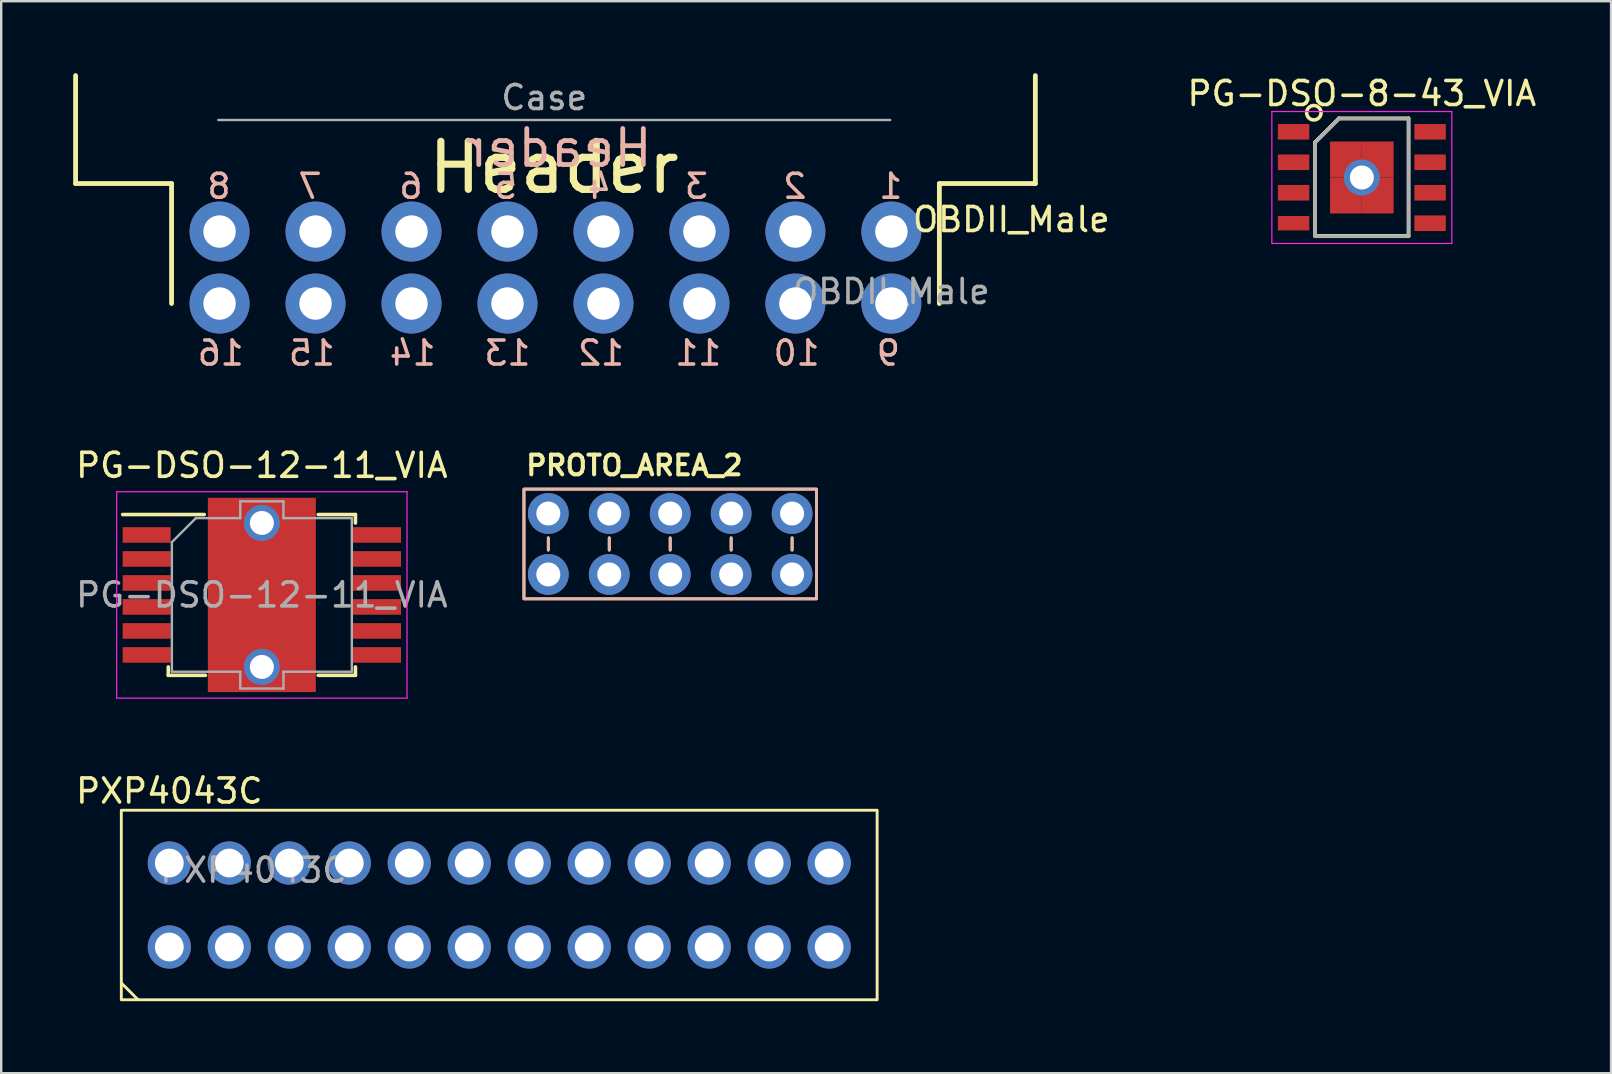
<source format=kicad_pcb>
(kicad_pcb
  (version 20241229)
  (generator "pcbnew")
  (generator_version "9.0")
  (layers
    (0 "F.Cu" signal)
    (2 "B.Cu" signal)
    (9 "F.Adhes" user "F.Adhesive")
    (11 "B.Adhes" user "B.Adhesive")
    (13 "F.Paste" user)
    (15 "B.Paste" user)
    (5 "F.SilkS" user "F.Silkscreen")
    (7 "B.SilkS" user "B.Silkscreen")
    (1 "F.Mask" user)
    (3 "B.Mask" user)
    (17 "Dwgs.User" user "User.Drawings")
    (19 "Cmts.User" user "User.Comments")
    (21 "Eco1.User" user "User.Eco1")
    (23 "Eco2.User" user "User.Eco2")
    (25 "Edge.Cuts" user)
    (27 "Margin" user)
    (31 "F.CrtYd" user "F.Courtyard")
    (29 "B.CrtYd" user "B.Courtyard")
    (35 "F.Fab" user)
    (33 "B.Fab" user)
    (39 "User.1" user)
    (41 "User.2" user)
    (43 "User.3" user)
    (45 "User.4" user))
  (footprint "PG-DSO-8-43_VIA"
    (layer "F.Cu")
    (at 53.707 4.348)
    (property "Reference" "PG-DSO-8-43_VIA" (at 0 -3.5 0) (layer "F.SilkS") (effects (font (size 1 1) (thickness 0.15))))
    (attr smd)
    (fp_line (start -1.954 -1.469) (end -0.954 -2.469) (stroke (width 0.15) (type solid)) (layer "F.SilkS"))
    (fp_line (start -1.954 2.431) (end -1.954 -1.469) (stroke (width 0.15) (type solid)) (layer "F.SilkS"))
    (fp_line (start -0.954 -2.469) (end 1.946 -2.469) (stroke (width 0.15) (type solid)) (layer "F.SilkS"))
    (fp_line (start 1.946 -2.469) (end 1.946 2.431) (stroke (width 0.15) (type solid)) (layer "F.SilkS"))
    (fp_line (start 1.946 2.431) (end -1.954 2.431) (stroke (width 0.15) (type solid)) (layer "F.SilkS"))
    (fp_circle (center -2 -2.7) (end -2 -2.4) (stroke (width 0.15) (type solid)) (fill no) (layer "F.SilkS"))
    (fp_line (start -3.75 -2.75) (end -3.75 2.75) (stroke (width 0.05) (type solid)) (layer "F.CrtYd"))
    (fp_line (start -3.75 -2.75) (end 3.75 -2.75) (stroke (width 0.05) (type solid)) (layer "F.CrtYd"))
    (fp_line (start -3.75 2.75) (end 3.75 2.75) (stroke (width 0.05) (type solid)) (layer "F.CrtYd"))
    (fp_line (start 3.75 -2.75) (end 3.75 2.75) (stroke (width 0.05) (type solid)) (layer "F.CrtYd"))
    (fp_line (start -1.95 -1.45) (end -0.95 -2.45) (stroke (width 0.15) (type solid)) (layer "F.Fab"))
    (fp_line (start -1.95 2.45) (end -1.95 -1.45) (stroke (width 0.15) (type solid)) (layer "F.Fab"))
    (fp_line (start -0.95 -2.45) (end 1.95 -2.45) (stroke (width 0.15) (type solid)) (layer "F.Fab"))
    (fp_line (start 1.95 -2.45) (end 1.95 2.45) (stroke (width 0.15) (type solid)) (layer "F.Fab"))
    (fp_line (start 1.95 2.45) (end -1.95 2.45) (stroke (width 0.15) (type solid)) (layer "F.Fab"))
    (pad "1" smd rect (at -2.845 -1.905) (size 1.31 0.65) (layers "F.Cu" "F.Mask" "F.Paste"))
    (pad "2" smd rect (at -2.845 -0.635) (size 1.31 0.65) (layers "F.Cu" "F.Mask" "F.Paste"))
    (pad "3" smd rect (at -2.845 0.635) (size 1.31 0.65) (layers "F.Cu" "F.Mask" "F.Paste"))
    (pad "4" smd rect (at -2.845 1.905) (size 1.31 0.6) (layers "F.Cu" "F.Mask" "F.Paste"))
    (pad "5" smd rect (at 2.845 1.905) (size 1.31 0.65) (layers "F.Cu" "F.Mask" "F.Paste"))
    (pad "6" smd rect (at 2.845 0.635) (size 1.31 0.65) (layers "F.Cu" "F.Mask" "F.Paste"))
    (pad "7" smd rect (at 2.845 -0.635) (size 1.31 0.65) (layers "F.Cu" "F.Mask" "F.Paste"))
    (pad "8" smd rect (at 2.845 -1.905) (size 1.31 0.65) (layers "F.Cu" "F.Mask" "F.Paste"))
    (pad "9" smd rect (at -0.662 -0.75) (size 1.325 1.5) (layers "F.Cu" "F.Mask" "F.Paste"))
    (pad "9" smd rect (at -0.662 0.75) (size 1.325 1.5) (layers "F.Cu" "F.Mask" "F.Paste"))
    (pad "9" thru_hole circle (at 0 0) (size 1.5 1.5) (drill 1) (layers "*.Cu" "*.Mask"))
    (pad "9" smd rect (at 0.662 -0.75) (size 1.325 1.5) (layers "F.Cu" "F.Mask" "F.Paste"))
    (pad "9" smd rect (at 0.662 0.75) (size 1.325 1.5) (layers "F.Cu" "F.Mask" "F.Paste")))
  (footprint "PG-DSO-12-11_VIA"
    (layer "F.Cu")
    (at 7.863 21.745)
    (property "Reference" "PG-DSO-12-11_VIA" (at 0 -5.4 0) (layer "F.SilkS") (effects (font (size 1 1) (thickness 0.15))))
    (attr smd)
    (fp_line (start -5.8 -3.35) (end -2.4 -3.35) (stroke (width 0.15) (type solid)) (layer "F.SilkS"))
    (fp_line (start -3.9 3) (end -3.9 3.35) (stroke (width 0.15) (type solid)) (layer "F.SilkS"))
    (fp_line (start -3.9 3.35) (end -2.35 3.35) (stroke (width 0.15) (type solid)) (layer "F.SilkS"))
    (fp_line (start 3.9 -3.35) (end 2.35 -3.35) (stroke (width 0.15) (type solid)) (layer "F.SilkS"))
    (fp_line (start 3.9 -3) (end 3.9 -3.35) (stroke (width 0.15) (type solid)) (layer "F.SilkS"))
    (fp_line (start 3.9 3) (end 3.9 3.35) (stroke (width 0.15) (type solid)) (layer "F.SilkS"))
    (fp_line (start 3.9 3.35) (end 2.35 3.35) (stroke (width 0.15) (type solid)) (layer "F.SilkS"))
    (fp_line (start -6.05 -4.3) (end 6.05 -4.3) (stroke (width 0.05) (type solid)) (layer "F.CrtYd"))
    (fp_line (start -6.05 4.3) (end -6.05 -4.3) (stroke (width 0.05) (type solid)) (layer "F.CrtYd"))
    (fp_line (start 6.05 -4.3) (end 6.05 4.3) (stroke (width 0.05) (type solid)) (layer "F.CrtYd"))
    (fp_line (start 6.05 4.3) (end -6.05 4.3) (stroke (width 0.05) (type solid)) (layer "F.CrtYd"))
    (fp_line (start -3.75 3.2) (end -3.75 -2.2) (stroke (width 0.1) (type solid)) (layer "F.Fab"))
    (fp_line (start -2.75 -3.2) (end -3.75 -2.2) (stroke (width 0.1) (type solid)) (layer "F.Fab"))
    (fp_line (start -2.75 -3.2) (end -0.9 -3.2) (stroke (width 0.1) (type solid)) (layer "F.Fab"))
    (fp_line (start -0.9 -3.9) (end 0.9 -3.9) (stroke (width 0.1) (type solid)) (layer "F.Fab"))
    (fp_line (start -0.9 -3.2) (end -0.9 -3.9) (stroke (width 0.1) (type solid)) (layer "F.Fab"))
    (fp_line (start -0.9 3.2) (end -3.75 3.2) (stroke (width 0.1) (type solid)) (layer "F.Fab"))
    (fp_line (start -0.9 3.9) (end -0.9 3.2) (stroke (width 0.1) (type solid)) (layer "F.Fab"))
    (fp_line (start 0.9 -3.9) (end 0.9 -3.2) (stroke (width 0.1) (type solid)) (layer "F.Fab"))
    (fp_line (start 0.9 -3.2) (end 3.75 -3.2) (stroke (width 0.1) (type solid)) (layer "F.Fab"))
    (fp_line (start 0.9 3.2) (end 0.9 3.9) (stroke (width 0.1) (type solid)) (layer "F.Fab"))
    (fp_line (start 0.9 3.9) (end -0.9 3.9) (stroke (width 0.1) (type solid)) (layer "F.Fab"))
    (fp_line (start 3.75 -3.2) (end 3.75 3.2) (stroke (width 0.1) (type solid)) (layer "F.Fab"))
    (fp_line (start 3.75 3.2) (end 0.9 3.2) (stroke (width 0.1) (type solid)) (layer "F.Fab"))
    (fp_text user "${REFERENCE}" (at 0 0 0) (layer "F.Fab") (effects (font (size 1 1) (thickness 0.15))))
    (pad "" smd rect (at -1.125 -2.92) (size 1.95 1.16) (layers "F.Paste"))
    (pad "" smd rect (at -1.125 -1.46) (size 1.95 1.16) (layers "F.Paste"))
    (pad "" smd rect (at -1.125 0) (size 1.95 1.16) (layers "F.Paste"))
    (pad "" smd rect (at -1.125 1.46) (size 1.95 1.16) (layers "F.Paste"))
    (pad "" smd rect (at -1.125 2.92) (size 1.95 1.16) (layers "F.Paste"))
    (pad "" smd rect (at 1.125 -2.92) (size 1.95 1.16) (layers "F.Paste"))
    (pad "" smd rect (at 1.125 -1.46) (size 1.95 1.16) (layers "F.Paste"))
    (pad "" smd rect (at 1.125 0) (size 1.95 1.16) (layers "F.Paste"))
    (pad "" smd rect (at 1.125 1.46) (size 1.95 1.16) (layers "F.Paste"))
    (pad "" smd rect (at 1.125 2.92) (size 1.95 1.16) (layers "F.Paste"))
    (pad "1" smd rect (at -4.8 -2.5) (size 2 0.65) (layers "F.Cu" "F.Mask" "F.Paste"))
    (pad "2" smd rect (at -4.8 -1.5) (size 2 0.65) (layers "F.Cu" "F.Mask" "F.Paste"))
    (pad "3" smd rect (at -4.8 -0.5) (size 2 0.65) (layers "F.Cu" "F.Mask" "F.Paste"))
    (pad "4" smd rect (at -4.8 0.5) (size 2 0.65) (layers "F.Cu" "F.Mask" "F.Paste"))
    (pad "5" smd rect (at -4.8 1.5) (size 2 0.65) (layers "F.Cu" "F.Mask" "F.Paste"))
    (pad "6" smd rect (at -4.8 2.5) (size 2 0.65) (layers "F.Cu" "F.Mask" "F.Paste"))
    (pad "7" smd rect (at 4.8 2.5) (size 2 0.65) (layers "F.Cu" "F.Mask" "F.Paste"))
    (pad "8" smd rect (at 4.8 1.5) (size 2 0.65) (layers "F.Cu" "F.Mask" "F.Paste"))
    (pad "9" smd rect (at 4.8 0.5) (size 2 0.65) (layers "F.Cu" "F.Mask" "F.Paste"))
    (pad "10" smd rect (at 4.8 -0.5) (size 2 0.65) (layers "F.Cu" "F.Mask" "F.Paste"))
    (pad "11" smd rect (at 4.8 -1.5) (size 2 0.65) (layers "F.Cu" "F.Mask" "F.Paste"))
    (pad "12" smd rect (at 4.8 -2.5) (size 2 0.65) (layers "F.Cu" "F.Mask" "F.Paste"))
    (pad "13" thru_hole circle (at 0 -3) (size 1.5 1.5) (drill 1) (layers "*.Cu" "*.Mask"))
    (pad "13" smd rect (at 0 0) (size 4.5 8.1) (layers "F.Cu" "F.Mask"))
    (pad "13" thru_hole circle (at 0 3) (size 1.5 1.5) (drill 1) (layers "*.Cu" "*.Mask")))
  (footprint "PXP4043C"
    (layer "F.Cu")
    (at 4.006 32.918)
    (property "Reference" "PXP4043C" (at 0 -3 0) (unlocked yes) (layer "F.SilkS") (effects (font (size 1 1) (thickness 0.15))))
    (attr through_hole)
    (fp_line (start -2 5) (end -1.3 5.7) (stroke (width 0.12) (type default)) (layer "F.SilkS"))
    (fp_rect (start -2 -2.2) (end 29.5 5.7) (stroke (width 0.12) (type default)) (fill no) (layer "F.SilkS"))
    (fp_text user "${REFERENCE}" (at 3.5 0.3 0) (unlocked yes) (layer "F.Fab") (effects (font (size 1 1) (thickness 0.15))))
    (pad "A1" thru_hole circle (at 0 3.5) (size 1.8 1.8) (drill 1.2) (layers "*.Cu" "*.Mask"))
    (pad "A2" thru_hole circle (at 2.5 3.5) (size 1.8 1.8) (drill 1.2) (layers "*.Cu" "*.Mask"))
    (pad "A3" thru_hole circle (at 5 3.5) (size 1.8 1.8) (drill 1.2) (layers "*.Cu" "*.Mask"))
    (pad "A4" thru_hole circle (at 7.5 3.5) (size 1.8 1.8) (drill 1.2) (layers "*.Cu" "*.Mask"))
    (pad "A5" thru_hole circle (at 10 3.5) (size 1.8 1.8) (drill 1.2) (layers "*.Cu" "*.Mask"))
    (pad "A6" thru_hole circle (at 12.5 3.5) (size 1.8 1.8) (drill 1.2) (layers "*.Cu" "*.Mask"))
    (pad "A7" thru_hole circle (at 15 3.5) (size 1.8 1.8) (drill 1.2) (layers "*.Cu" "*.Mask"))
    (pad "A8" thru_hole circle (at 17.5 3.5) (size 1.8 1.8) (drill 1.2) (layers "*.Cu" "*.Mask"))
    (pad "A9" thru_hole circle (at 20 3.5) (size 1.8 1.8) (drill 1.2) (layers "*.Cu" "*.Mask"))
    (pad "A10" thru_hole circle (at 22.5 3.5) (size 1.8 1.8) (drill 1.2) (layers "*.Cu" "*.Mask"))
    (pad "A11" thru_hole circle (at 25 3.5) (size 1.8 1.8) (drill 1.2) (layers "*.Cu" "*.Mask"))
    (pad "A12" thru_hole circle (at 27.5 3.5) (size 1.8 1.8) (drill 1.2) (layers "*.Cu" "*.Mask"))
    (pad "B1" thru_hole circle (at 27.5 0) (size 1.8 1.8) (drill 1.2) (layers "*.Cu" "*.Mask"))
    (pad "B2" thru_hole circle (at 25 0) (size 1.8 1.8) (drill 1.2) (layers "*.Cu" "*.Mask"))
    (pad "B3" thru_hole circle (at 22.5 0) (size 1.8 1.8) (drill 1.2) (layers "*.Cu" "*.Mask"))
    (pad "B4" thru_hole circle (at 20 0) (size 1.8 1.8) (drill 1.2) (layers "*.Cu" "*.Mask"))
    (pad "B5" thru_hole circle (at 17.5 0) (size 1.8 1.8) (drill 1.2) (layers "*.Cu" "*.Mask"))
    (pad "B6" thru_hole circle (at 15 0) (size 1.8 1.8) (drill 1.2) (layers "*.Cu" "*.Mask"))
    (pad "B7" thru_hole circle (at 12.5 0) (size 1.8 1.8) (drill 1.2) (layers "*.Cu" "*.Mask"))
    (pad "B8" thru_hole circle (at 10 0) (size 1.8 1.8) (drill 1.2) (layers "*.Cu" "*.Mask"))
    (pad "B9" thru_hole circle (at 7.5 0) (size 1.8 1.8) (drill 1.2) (layers "*.Cu" "*.Mask"))
    (pad "B10" thru_hole circle (at 5 0) (size 1.8 1.8) (drill 1.2) (layers "*.Cu" "*.Mask"))
    (pad "B11" thru_hole circle (at 2.5 0) (size 1.8 1.8) (drill 1.2) (layers "*.Cu" "*.Mask"))
    (pad "B12" thru_hole circle (at 0 0) (size 1.8 1.8) (drill 1.2) (layers "*.Cu" "*.Mask")))
  (footprint "PROTO_AREA_2"
    (layer "F.Cu")
    (at 19.802 18.351)
    (property "Reference" "PROTO_AREA_2" (at -1.016 -1.524 0) (unlocked yes) (layer "F.SilkS") (effects (font (size 0.82 0.82) (thickness 0.17)) (justify left bottom)))
    (fp_line (start 0 1.016) (end 0 1.524) (stroke (width 0.12) (type solid)) (layer "F.SilkS"))
    (fp_line (start 2.54 1.016) (end 2.54 1.524) (stroke (width 0.12) (type solid)) (layer "F.SilkS"))
    (fp_line (start 5.08 1.016) (end 5.08 1.524) (stroke (width 0.12) (type solid)) (layer "F.SilkS"))
    (fp_line (start 7.62 1.016) (end 7.62 1.524) (stroke (width 0.12) (type solid)) (layer "F.SilkS"))
    (fp_line (start 10.16 1.016) (end 10.16 1.524) (stroke (width 0.12) (type solid)) (layer "F.SilkS"))
    (fp_rect (start -1.016 -1.016) (end 11.176 3.556) (stroke (width 0.12) (type solid)) (fill no) (layer "F.SilkS"))
    (fp_line (start 0 1.016) (end 0 1.524) (stroke (width 0.12) (type solid)) (layer "B.SilkS"))
    (fp_line (start 2.54 1.016) (end 2.54 1.524) (stroke (width 0.12) (type solid)) (layer "B.SilkS"))
    (fp_line (start 5.08 1.016) (end 5.08 1.524) (stroke (width 0.12) (type solid)) (layer "B.SilkS"))
    (fp_line (start 7.62 1.016) (end 7.62 1.524) (stroke (width 0.12) (type solid)) (layer "B.SilkS"))
    (fp_line (start 10.16 1.016) (end 10.16 1.524) (stroke (width 0.12) (type solid)) (layer "B.SilkS"))
    (fp_rect (start 11.176 -1.016) (end -1.016 3.556) (stroke (width 0.12) (type solid)) (fill no) (layer "B.SilkS"))
    (pad "1" thru_hole circle (at 0 0) (size 1.7 1.7) (drill 1) (layers "*.Cu" "*.Mask"))
    (pad "2" thru_hole circle (at 2.54 0) (size 1.7 1.7) (drill 1) (layers "*.Cu" "*.Mask"))
    (pad "3" thru_hole circle (at 5.08 0) (size 1.7 1.7) (drill 1) (layers "*.Cu" "*.Mask"))
    (pad "4" thru_hole circle (at 7.62 0) (size 1.7 1.7) (drill 1) (layers "*.Cu" "*.Mask"))
    (pad "5" thru_hole circle (at 10.16 0) (size 1.7 1.7) (drill 1) (layers "*.Cu" "*.Mask"))
    (pad "6" thru_hole circle (at 0 2.54) (size 1.7 1.7) (drill 1) (layers "*.Cu" "*.Mask"))
    (pad "7" thru_hole circle (at 2.54 2.54) (size 1.7 1.7) (drill 1) (layers "*.Cu" "*.Mask"))
    (pad "8" thru_hole circle (at 5.08 2.54) (size 1.7 1.7) (drill 1) (layers "*.Cu" "*.Mask"))
    (pad "9" thru_hole circle (at 7.62 2.54) (size 1.7 1.7) (drill 1) (layers "*.Cu" "*.Mask"))
    (pad "10" thru_hole circle (at 10.16 2.54) (size 1.7 1.7) (drill 1) (layers "*.Cu" "*.Mask")))
  (footprint "OBDII_Male"
    (layer "F.Cu")
    (at 34.1 6.6)
    (property "Reference" "OBDII_Male" (at 5 -0.5 0) (unlocked yes) (layer "F.SilkS") (effects (font (size 1 1) (thickness 0.15))))
    (attr smd)
    (fp_line (start -34 -2) (end -34 -6.5) (stroke (width 0.2) (type default)) (layer "F.SilkS"))
    (fp_line (start -30 -2) (end -34 -2) (stroke (width 0.2) (type default)) (layer "F.SilkS"))
    (fp_line (start -30 3) (end -30 -2) (stroke (width 0.2) (type default)) (layer "F.SilkS"))
    (fp_line (start 2 -2) (end 6 -2) (stroke (width 0.2) (type default)) (layer "F.SilkS"))
    (fp_line (start 2 3) (end 2 -2) (stroke (width 0.2) (type default)) (layer "F.SilkS"))
    (fp_line (start 6 -2) (end 6 -6.5) (stroke (width 0.2) (type default)) (layer "F.SilkS"))
    (fp_line (start -28.05 -4.65) (end -0.05 -4.65) (stroke (width 0.1) (type default)) (layer "F.Fab"))
    (fp_text user "Header" (at -19.45 -1.5 0) (unlocked yes) (layer "F.SilkS") (effects (font (size 2 2) (thickness 0.3)) (justify left bottom)))
    (fp_text user "8" (at -27.45 -1.3 0) (unlocked yes) (layer "B.SilkS") (effects (font (size 1 1) (thickness 0.15)) (justify left bottom mirror)))
    (fp_text user "16" (at -26.9 5.65 0) (unlocked yes) (layer "B.SilkS") (effects (font (size 1 1) (thickness 0.15)) (justify left bottom mirror)))
    (fp_text user "6" (at -19.45 -1.3 0) (unlocked yes) (layer "B.SilkS") (effects (font (size 1 1) (thickness 0.15)) (justify left bottom mirror)))
    (fp_text user "Header" (at -9.85 -2.6 0) (unlocked yes) (layer "B.SilkS") (effects (font (size 1.5 1.5) (thickness 0.2)) (justify left bottom mirror)))
    (fp_text user "9" (at 0.45 5.65 0) (unlocked yes) (layer "B.SilkS") (effects (font (size 1 1) (thickness 0.15)) (justify left bottom mirror)))
    (fp_text user "11" (at -7 5.65 0) (unlocked yes) (layer "B.SilkS") (effects (font (size 1 1) (thickness 0.15)) (justify left bottom mirror)))
    (fp_text user "5" (at -15.5 -1.3 0) (unlocked yes) (layer "B.SilkS") (effects (font (size 1 1) (thickness 0.15)) (justify left bottom mirror)))
    (fp_text user "13" (at -14.95 5.65 0) (unlocked yes) (layer "B.SilkS") (effects (font (size 1 1) (thickness 0.15)) (justify left bottom mirror)))
    (fp_text user "15" (at -23.1 5.65 0) (unlocked yes) (layer "B.SilkS") (effects (font (size 1 1) (thickness 0.15)) (justify left bottom mirror)))
    (fp_text user "10" (at -2.9 5.65 0) (unlocked yes) (layer "B.SilkS") (effects (font (size 1 1) (thickness 0.15)) (justify left bottom mirror)))
    (fp_text user "2" (at -3.45 -1.3 0) (unlocked yes) (layer "B.SilkS") (effects (font (size 1 1) (thickness 0.15)) (justify left bottom mirror)))
    (fp_text user "1" (at 0.55 -1.3 0) (unlocked yes) (layer "B.SilkS") (effects (font (size 1 1) (thickness 0.15)) (justify left bottom mirror)))
    (fp_text user "3" (at -7.55 -1.3 0) (unlocked yes) (layer "B.SilkS") (effects (font (size 1 1) (thickness 0.15)) (justify left bottom mirror)))
    (fp_text user "14" (at -18.9 5.65 0) (unlocked yes) (layer "B.SilkS") (effects (font (size 1 1) (thickness 0.15)) (justify left bottom mirror)))
    (fp_text user "7" (at -23.65 -1.3 0) (unlocked yes) (layer "B.SilkS") (effects (font (size 1 1) (thickness 0.15)) (justify left bottom mirror)))
    (fp_text user "12" (at -11.05 5.65 0) (unlocked yes) (layer "B.SilkS") (effects (font (size 1 1) (thickness 0.15)) (justify left bottom mirror)))
    (fp_text user "4" (at -11.6 -1.3 0) (unlocked yes) (layer "B.SilkS") (effects (font (size 1 1) (thickness 0.15)) (justify left bottom mirror)))
    (fp_text user "${REFERENCE}" (at 0 2.5 0) (unlocked yes) (layer "F.Fab") (effects (font (size 1 1) (thickness 0.15))))
    (fp_text user "Case" (at -16.35 -5 0) (unlocked yes) (layer "F.Fab") (effects (font (size 1 1) (thickness 0.15)) (justify left bottom)))
    (pad "1" thru_hole circle (at 0 0) (size 2.5 2.5) (drill 1.35) (layers "*.Cu" "*.Mask"))
    (pad "2" thru_hole circle (at -4 0) (size 2.5 2.5) (drill 1.35) (layers "*.Cu" "*.Mask"))
    (pad "3" thru_hole circle (at -8 0) (size 2.5 2.5) (drill 1.35) (layers "*.Cu" "*.Mask"))
    (pad "4" thru_hole circle (at -12 0) (size 2.5 2.5) (drill 1.35) (layers "*.Cu" "*.Mask"))
    (pad "5" thru_hole circle (at -16 0) (size 2.5 2.5) (drill 1.35) (layers "*.Cu" "*.Mask"))
    (pad "6" thru_hole circle (at -20 0) (size 2.5 2.5) (drill 1.35) (layers "*.Cu" "*.Mask"))
    (pad "7" thru_hole circle (at -24 0) (size 2.5 2.5) (drill 1.35) (layers "*.Cu" "*.Mask"))
    (pad "8" thru_hole circle (at -28 0) (size 2.5 2.5) (drill 1.35) (layers "*.Cu" "*.Mask"))
    (pad "9" thru_hole circle (at 0 3) (size 2.5 2.5) (drill 1.35) (layers "*.Cu" "*.Mask"))
    (pad "10" thru_hole circle (at -4 3) (size 2.5 2.5) (drill 1.35) (layers "*.Cu" "*.Mask"))
    (pad "11" thru_hole circle (at -8 3) (size 2.5 2.5) (drill 1.35) (layers "*.Cu" "*.Mask"))
    (pad "12" thru_hole circle (at -12 3) (size 2.5 2.5) (drill 1.35) (layers "*.Cu" "*.Mask"))
    (pad "13" thru_hole circle (at -16 3) (size 2.5 2.5) (drill 1.35) (layers "*.Cu" "*.Mask"))
    (pad "14" thru_hole circle (at -20 3) (size 2.5 2.5) (drill 1.35) (layers "*.Cu" "*.Mask"))
    (pad "15" thru_hole circle (at -24 3) (size 2.5 2.5) (drill 1.35) (layers "*.Cu" "*.Mask"))
    (pad "16" thru_hole circle (at -28 3) (size 2.5 2.5) (drill 1.35) (layers "*.Cu" "*.Mask")))
  (gr_rect
    (start -3 -3)
    (end 64.094 41.678)
    (stroke (width 0.1) (type default))
    (fill no)
    (layer "Edge.Cuts")))
</source>
